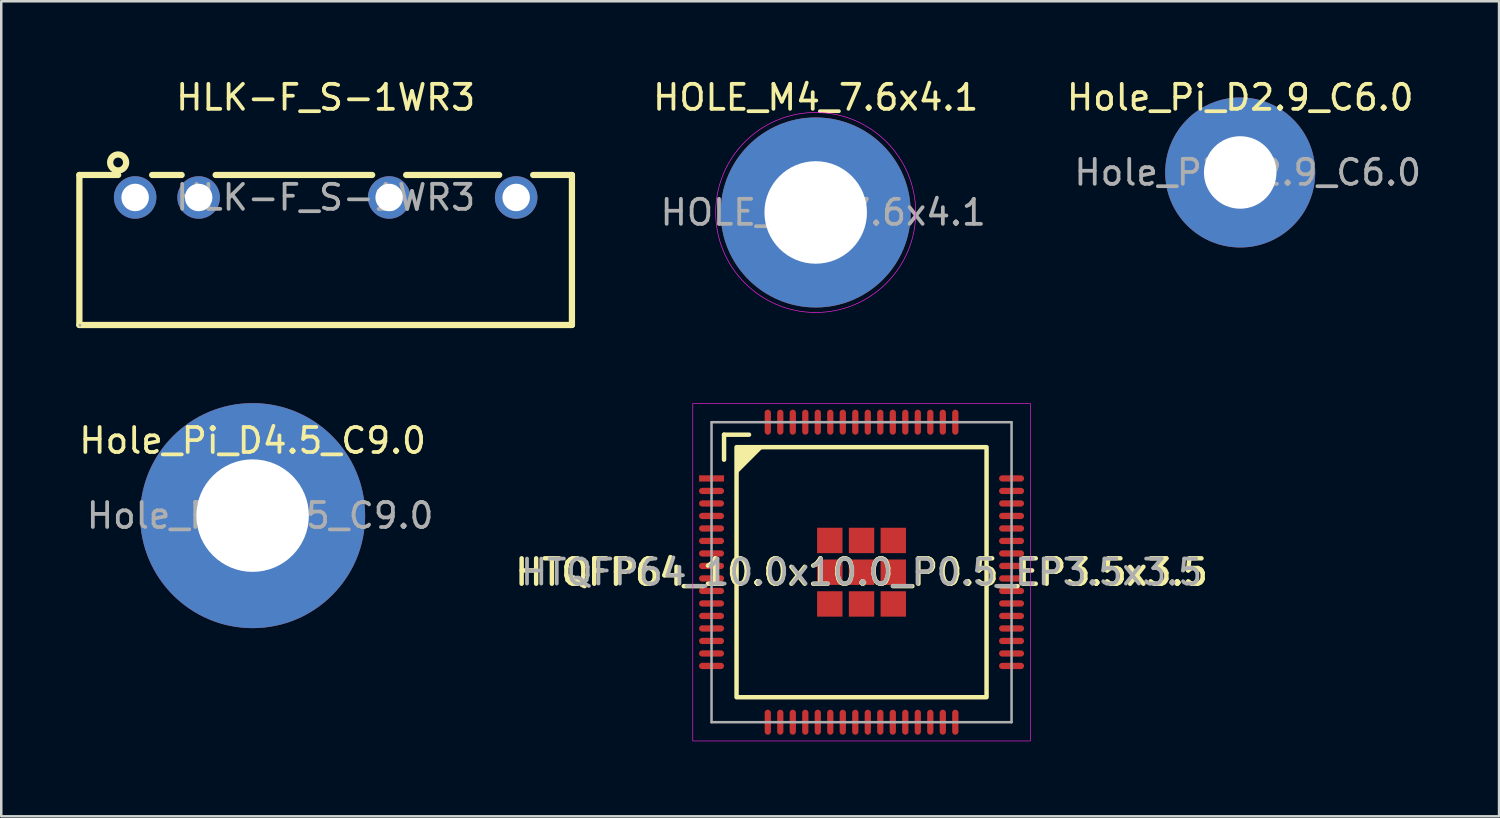
<source format=kicad_pcb>
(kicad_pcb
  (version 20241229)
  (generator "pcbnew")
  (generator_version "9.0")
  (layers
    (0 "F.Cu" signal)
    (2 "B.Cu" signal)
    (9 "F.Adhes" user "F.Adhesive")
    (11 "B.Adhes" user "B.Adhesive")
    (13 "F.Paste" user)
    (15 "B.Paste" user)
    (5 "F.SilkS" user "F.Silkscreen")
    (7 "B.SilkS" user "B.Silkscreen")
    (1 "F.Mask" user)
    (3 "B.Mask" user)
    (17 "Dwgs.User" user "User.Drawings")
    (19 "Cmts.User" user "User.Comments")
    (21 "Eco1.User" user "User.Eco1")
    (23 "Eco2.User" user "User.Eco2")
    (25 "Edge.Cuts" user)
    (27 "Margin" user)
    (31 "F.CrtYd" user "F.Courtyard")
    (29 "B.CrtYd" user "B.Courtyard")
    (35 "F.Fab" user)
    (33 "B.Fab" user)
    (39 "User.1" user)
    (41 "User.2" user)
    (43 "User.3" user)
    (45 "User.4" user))
  (footprint "HOLE_M4_7.6x4.1"
    (layer "F.Cu")
    (at 29.575 5.448)
    (property "Reference" "HOLE_M4_7.6x4.1" (at 0 -4.6 0) (layer "F.SilkS") (effects (font (size 1 1) (thickness 0.15))))
    (attr through_hole)
    (fp_circle (center 0 0) (end 4 0) (stroke (width 0.025) (type solid)) (fill no) (layer "F.CrtYd"))
    (fp_text user "${REFERENCE}" (at 0.3 0 0) (layer "F.Fab") (effects (font (size 1 1) (thickness 0.15))))
    (pad "1" thru_hole circle (at 0 0) (size 7.6 7.6) (drill 4.1) (layers "*.Cu" "*.Mask")))
  (footprint "HTQFP64_10.0x10.0_P0.5_EP3.5x3.5"
    (layer "F.Cu")
    (at 31.409 19.836)
    (property "Reference" "HTQFP64_10.0x10.0_P0.5_EP3.5x3.5" (at 0 0 0) (layer "F.SilkS") (effects (font (size 1.016 1.016) (thickness 0.178))))
    (attr smd)
    (fp_line (start -5.5 -5.5) (end -4.5 -5.5) (stroke (width 0.178) (type solid)) (layer "F.SilkS"))
    (fp_line (start -5.5 -4.5) (end -5.5 -5.5) (stroke (width 0.178) (type solid)) (layer "F.SilkS"))
    (fp_rect (start -5 -5) (end 5 5) (stroke (width 0.178) (type solid)) (fill no) (layer "F.SilkS"))
    (fp_poly (pts (xy -5 -4) (xy -5 -5) (xy -4 -5)) (stroke (width 0.12) (type solid)) (fill yes) (layer "F.SilkS"))
    (fp_rect (start -6.75 -6.75) (end 6.75 6.75) (stroke (width 0.025) (type solid)) (fill no) (layer "F.CrtYd"))
    (fp_line (start -6 -6) (end -6 6) (stroke (width 0.1) (type solid)) (layer "F.Fab"))
    (fp_line (start -6 6) (end 6 6) (stroke (width 0.1) (type solid)) (layer "F.Fab"))
    (fp_line (start 6 -6) (end -6 -6) (stroke (width 0.1) (type solid)) (layer "F.Fab"))
    (fp_line (start 6 6) (end 6 -6) (stroke (width 0.1) (type solid)) (layer "F.Fab"))
    (fp_text user "${REFERENCE}" (at 0 0 0) (layer "F.Fab") (effects (font (size 1 1) (thickness 0.15))))
    (pad "1" smd rect (at -6 -3.75) (size 1 0.25) (layers "F.Cu" "F.Mask" "F.Paste"))
    (pad "2" smd oval (at -6 -3.25) (size 1 0.25) (layers "F.Cu" "F.Mask" "F.Paste"))
    (pad "3" smd oval (at -6 -2.75) (size 1 0.25) (layers "F.Cu" "F.Mask" "F.Paste"))
    (pad "4" smd oval (at -6 -2.25) (size 1 0.25) (layers "F.Cu" "F.Mask" "F.Paste"))
    (pad "5" smd oval (at -6 -1.75) (size 1 0.25) (layers "F.Cu" "F.Mask" "F.Paste"))
    (pad "6" smd oval (at -6 -1.25) (size 1 0.25) (layers "F.Cu" "F.Mask" "F.Paste"))
    (pad "7" smd oval (at -6 -0.75) (size 1 0.25) (layers "F.Cu" "F.Mask" "F.Paste"))
    (pad "8" smd oval (at -6 -0.25) (size 1 0.25) (layers "F.Cu" "F.Mask" "F.Paste"))
    (pad "9" smd oval (at -6 0.25) (size 1 0.25) (layers "F.Cu" "F.Mask" "F.Paste"))
    (pad "10" smd oval (at -6 0.75) (size 1 0.25) (layers "F.Cu" "F.Mask" "F.Paste"))
    (pad "11" smd oval (at -6 1.25) (size 1 0.25) (layers "F.Cu" "F.Mask" "F.Paste"))
    (pad "12" smd oval (at -6 1.75) (size 1 0.25) (layers "F.Cu" "F.Mask" "F.Paste"))
    (pad "13" smd oval (at -6 2.25) (size 1 0.25) (layers "F.Cu" "F.Mask" "F.Paste"))
    (pad "14" smd oval (at -6 2.75) (size 1 0.25) (layers "F.Cu" "F.Mask" "F.Paste"))
    (pad "15" smd oval (at -6 3.25) (size 1 0.25) (layers "F.Cu" "F.Mask" "F.Paste"))
    (pad "16" smd oval (at -6 3.75) (size 1 0.25) (layers "F.Cu" "F.Mask" "F.Paste"))
    (pad "17" smd oval (at -3.75 6 90) (size 1 0.25) (layers "F.Cu" "F.Mask" "F.Paste"))
    (pad "18" smd oval (at -3.25 6 90) (size 1 0.25) (layers "F.Cu" "F.Mask" "F.Paste"))
    (pad "19" smd oval (at -2.75 6 90) (size 1 0.25) (layers "F.Cu" "F.Mask" "F.Paste"))
    (pad "20" smd oval (at -2.25 6 90) (size 1 0.25) (layers "F.Cu" "F.Mask" "F.Paste"))
    (pad "21" smd oval (at -1.75 6 90) (size 1 0.25) (layers "F.Cu" "F.Mask" "F.Paste"))
    (pad "22" smd oval (at -1.25 6 90) (size 1 0.25) (layers "F.Cu" "F.Mask" "F.Paste"))
    (pad "23" smd oval (at -0.75 6 90) (size 1 0.25) (layers "F.Cu" "F.Mask" "F.Paste"))
    (pad "24" smd oval (at -0.25 6 90) (size 1 0.25) (layers "F.Cu" "F.Mask" "F.Paste"))
    (pad "25" smd oval (at 0.25 6 90) (size 1 0.25) (layers "F.Cu" "F.Mask" "F.Paste"))
    (pad "26" smd oval (at 0.75 6 90) (size 1 0.25) (layers "F.Cu" "F.Mask" "F.Paste"))
    (pad "27" smd oval (at 1.25 6 90) (size 1 0.25) (layers "F.Cu" "F.Mask" "F.Paste"))
    (pad "28" smd oval (at 1.75 6 90) (size 1 0.25) (layers "F.Cu" "F.Mask" "F.Paste"))
    (pad "29" smd oval (at 2.25 6 90) (size 1 0.25) (layers "F.Cu" "F.Mask" "F.Paste"))
    (pad "30" smd oval (at 2.75 6 90) (size 1 0.25) (layers "F.Cu" "F.Mask" "F.Paste"))
    (pad "31" smd oval (at 3.25 6 90) (size 1 0.25) (layers "F.Cu" "F.Mask" "F.Paste"))
    (pad "32" smd oval (at 3.75 6 90) (size 1 0.25) (layers "F.Cu" "F.Mask" "F.Paste"))
    (pad "33" smd oval (at 6 3.75 180) (size 1 0.25) (layers "F.Cu" "F.Mask" "F.Paste"))
    (pad "34" smd oval (at 6 3.25 180) (size 1 0.25) (layers "F.Cu" "F.Mask" "F.Paste"))
    (pad "35" smd oval (at 6 2.75 180) (size 1 0.25) (layers "F.Cu" "F.Mask" "F.Paste"))
    (pad "36" smd oval (at 6 2.25 180) (size 1 0.25) (layers "F.Cu" "F.Mask" "F.Paste"))
    (pad "37" smd oval (at 6 1.75 180) (size 1 0.25) (layers "F.Cu" "F.Mask" "F.Paste"))
    (pad "38" smd oval (at 6 1.25 180) (size 1 0.25) (layers "F.Cu" "F.Mask" "F.Paste"))
    (pad "39" smd oval (at 6 0.75 180) (size 1 0.25) (layers "F.Cu" "F.Mask" "F.Paste"))
    (pad "40" smd oval (at 6 0.25 180) (size 1 0.25) (layers "F.Cu" "F.Mask" "F.Paste"))
    (pad "41" smd oval (at 6 -0.25 180) (size 1 0.25) (layers "F.Cu" "F.Mask" "F.Paste"))
    (pad "42" smd oval (at 6 -0.75 180) (size 1 0.25) (layers "F.Cu" "F.Mask" "F.Paste"))
    (pad "43" smd oval (at 6 -1.25 180) (size 1 0.25) (layers "F.Cu" "F.Mask" "F.Paste"))
    (pad "44" smd oval (at 6 -1.75 180) (size 1 0.25) (layers "F.Cu" "F.Mask" "F.Paste"))
    (pad "45" smd oval (at 6 -2.25 180) (size 1 0.25) (layers "F.Cu" "F.Mask" "F.Paste"))
    (pad "46" smd oval (at 6 -2.75 180) (size 1 0.25) (layers "F.Cu" "F.Mask" "F.Paste"))
    (pad "47" smd oval (at 6 -3.25 180) (size 1 0.25) (layers "F.Cu" "F.Mask" "F.Paste"))
    (pad "48" smd oval (at 6 -3.75 180) (size 1 0.25) (layers "F.Cu" "F.Mask" "F.Paste"))
    (pad "49" smd oval (at 3.75 -6 270) (size 1 0.25) (layers "F.Cu" "F.Mask" "F.Paste"))
    (pad "50" smd oval (at 3.25 -6 270) (size 1 0.25) (layers "F.Cu" "F.Mask" "F.Paste"))
    (pad "51" smd oval (at 2.75 -6 270) (size 1 0.25) (layers "F.Cu" "F.Mask" "F.Paste"))
    (pad "52" smd oval (at 2.25 -6 270) (size 1 0.25) (layers "F.Cu" "F.Mask" "F.Paste"))
    (pad "53" smd oval (at 1.75 -6 270) (size 1 0.25) (layers "F.Cu" "F.Mask" "F.Paste"))
    (pad "54" smd oval (at 1.25 -6 270) (size 1 0.25) (layers "F.Cu" "F.Mask" "F.Paste"))
    (pad "55" smd oval (at 0.75 -6 270) (size 1 0.25) (layers "F.Cu" "F.Mask" "F.Paste"))
    (pad "56" smd oval (at 0.25 -6 270) (size 1 0.25) (layers "F.Cu" "F.Mask" "F.Paste"))
    (pad "57" smd oval (at -0.25 -6 270) (size 1 0.25) (layers "F.Cu" "F.Mask" "F.Paste"))
    (pad "58" smd oval (at -0.75 -6 270) (size 1 0.25) (layers "F.Cu" "F.Mask" "F.Paste"))
    (pad "59" smd oval (at -1.25 -6 270) (size 1 0.25) (layers "F.Cu" "F.Mask" "F.Paste"))
    (pad "60" smd oval (at -1.75 -6 270) (size 1 0.25) (layers "F.Cu" "F.Mask" "F.Paste"))
    (pad "61" smd oval (at -2.25 -6 270) (size 1 0.25) (layers "F.Cu" "F.Mask" "F.Paste"))
    (pad "62" smd oval (at -2.75 -6 270) (size 1 0.25) (layers "F.Cu" "F.Mask" "F.Paste"))
    (pad "63" smd oval (at -3.25 -6 270) (size 1 0.25) (layers "F.Cu" "F.Mask" "F.Paste"))
    (pad "64" smd oval (at -3.75 -6 270) (size 1 0.25) (layers "F.Cu" "F.Mask" "F.Paste"))
    (pad "65" smd rect (at -1.27 -1.27 270) (size 1.016 1.016) (layers "F.Cu" "F.Mask" "F.Paste"))
    (pad "65" smd rect (at -1.27 0 270) (size 1.016 1.016) (layers "F.Cu" "F.Mask" "F.Paste"))
    (pad "65" smd rect (at -1.27 1.27 270) (size 1.016 1.016) (layers "F.Cu" "F.Mask" "F.Paste"))
    (pad "65" smd rect (at 0 -1.27 270) (size 1.016 1.016) (layers "F.Cu" "F.Mask" "F.Paste"))
    (pad "65" smd rect (at 0 0 270) (size 1.016 1.016) (layers "F.Cu" "F.Mask" "F.Paste"))
    (pad "65" smd rect (at 0 1.27 270) (size 1.016 1.016) (layers "F.Cu" "F.Mask" "F.Paste"))
    (pad "65" smd rect (at 1.27 -1.27 270) (size 1.016 1.016) (layers "F.Cu" "F.Mask" "F.Paste"))
    (pad "65" smd rect (at 1.27 0 270) (size 1.016 1.016) (layers "F.Cu" "F.Mask" "F.Paste"))
    (pad "65" smd rect (at 1.27 1.27 270) (size 1.016 1.016) (layers "F.Cu" "F.Mask" "F.Paste")))
  (footprint "HLK-F_S-1WR3"
    (layer "F.Cu")
    (at 9.975 4.848)
    (property "Reference" "HLK-F_S-1WR3" (at 0 -4 0) (layer "F.SilkS") (effects (font (size 1 1) (thickness 0.15))))
    (attr through_hole)
    (fp_line (start -9.85 -0.9) (end -9.85 5.1) (stroke (width 0.25) (type solid)) (layer "F.SilkS"))
    (fp_line (start -9.85 -0.9) (end -8.3 -0.9) (stroke (width 0.25) (type solid)) (layer "F.SilkS"))
    (fp_line (start -9.85 5.1) (end 9.85 5.1) (stroke (width 0.25) (type solid)) (layer "F.SilkS"))
    (fp_line (start -6.94 -0.9) (end -5.76 -0.9) (stroke (width 0.25) (type solid)) (layer "F.SilkS"))
    (fp_line (start -4.4 -0.9) (end 1.86 -0.9) (stroke (width 0.25) (type solid)) (layer "F.SilkS"))
    (fp_line (start 3.22 -0.9) (end 6.94 -0.9) (stroke (width 0.25) (type solid)) (layer "F.SilkS"))
    (fp_line (start 8.3 -0.9) (end 9.85 -0.9) (stroke (width 0.25) (type solid)) (layer "F.SilkS"))
    (fp_line (start 9.85 -0.9) (end 9.85 5.1) (stroke (width 0.25) (type solid)) (layer "F.SilkS"))
    (fp_circle (center -8.3 -1.4) (end -7.98 -1.4) (stroke (width 0.25) (type solid)) (fill no) (layer "F.SilkS"))
    (fp_circle (center -9.83 5.11) (end -9.8 5.11) (stroke (width 0.06) (type solid)) (fill no) (layer "F.Fab"))
    (fp_text user "${REFERENCE}" (at 0 0 0) (layer "F.Fab") (effects (font (size 1 1) (thickness 0.15))))
    (pad "1" thru_hole circle (at -7.62 0) (size 1.7 1.7) (drill 1.1) (layers "*.Cu" "*.Mask"))
    (pad "2" thru_hole circle (at -5.08 0) (size 1.7 1.7) (drill 1.1) (layers "*.Cu" "*.Mask"))
    (pad "3" thru_hole circle (at 2.54 0) (size 1.7 1.7) (drill 1.1) (layers "*.Cu" "*.Mask"))
    (pad "4" thru_hole circle (at 7.62 0) (size 1.7 1.7) (drill 1.1) (layers "*.Cu" "*.Mask")))
  (footprint "Hole_Pi_D4.5_C9.0"
    (layer "F.Cu")
    (at 7.054 17.573)
    (property "Reference" "Hole_Pi_D4.5_C9.0" (at 0 -3 0) (layer "F.SilkS") (effects (font (size 1 1) (thickness 0.15))))
    (attr through_hole exclude_from_pos_files exclude_from_bom)
    (fp_text user "${REFERENCE}" (at 0.3 0 0) (layer "F.Fab") (effects (font (size 1 1) (thickness 0.15))))
    (pad "1" thru_hole circle (at 0 0) (size 9 9) (drill 4.5) (layers "*.Cu" "*.Mask")))
  (footprint "Hole_Pi_D2.9_C6.0"
    (layer "F.Cu")
    (at 46.554 3.848)
    (property "Reference" "Hole_Pi_D2.9_C6.0" (at 0 -3 0) (layer "F.SilkS") (effects (font (size 1 1) (thickness 0.15))))
    (attr through_hole)
    (fp_text user "${REFERENCE}" (at 0.3 0 0) (layer "F.Fab") (effects (font (size 1 1) (thickness 0.15))))
    (pad "1" thru_hole circle (at 0 0) (size 6 6) (drill 2.9) (layers "*.Cu" "*.Mask")))
  (gr_rect
    (start -3 -3)
    (end 56.907 29.599)
    (stroke (width 0.1) (type default))
    (fill no)
    (layer "Edge.Cuts")))
</source>
